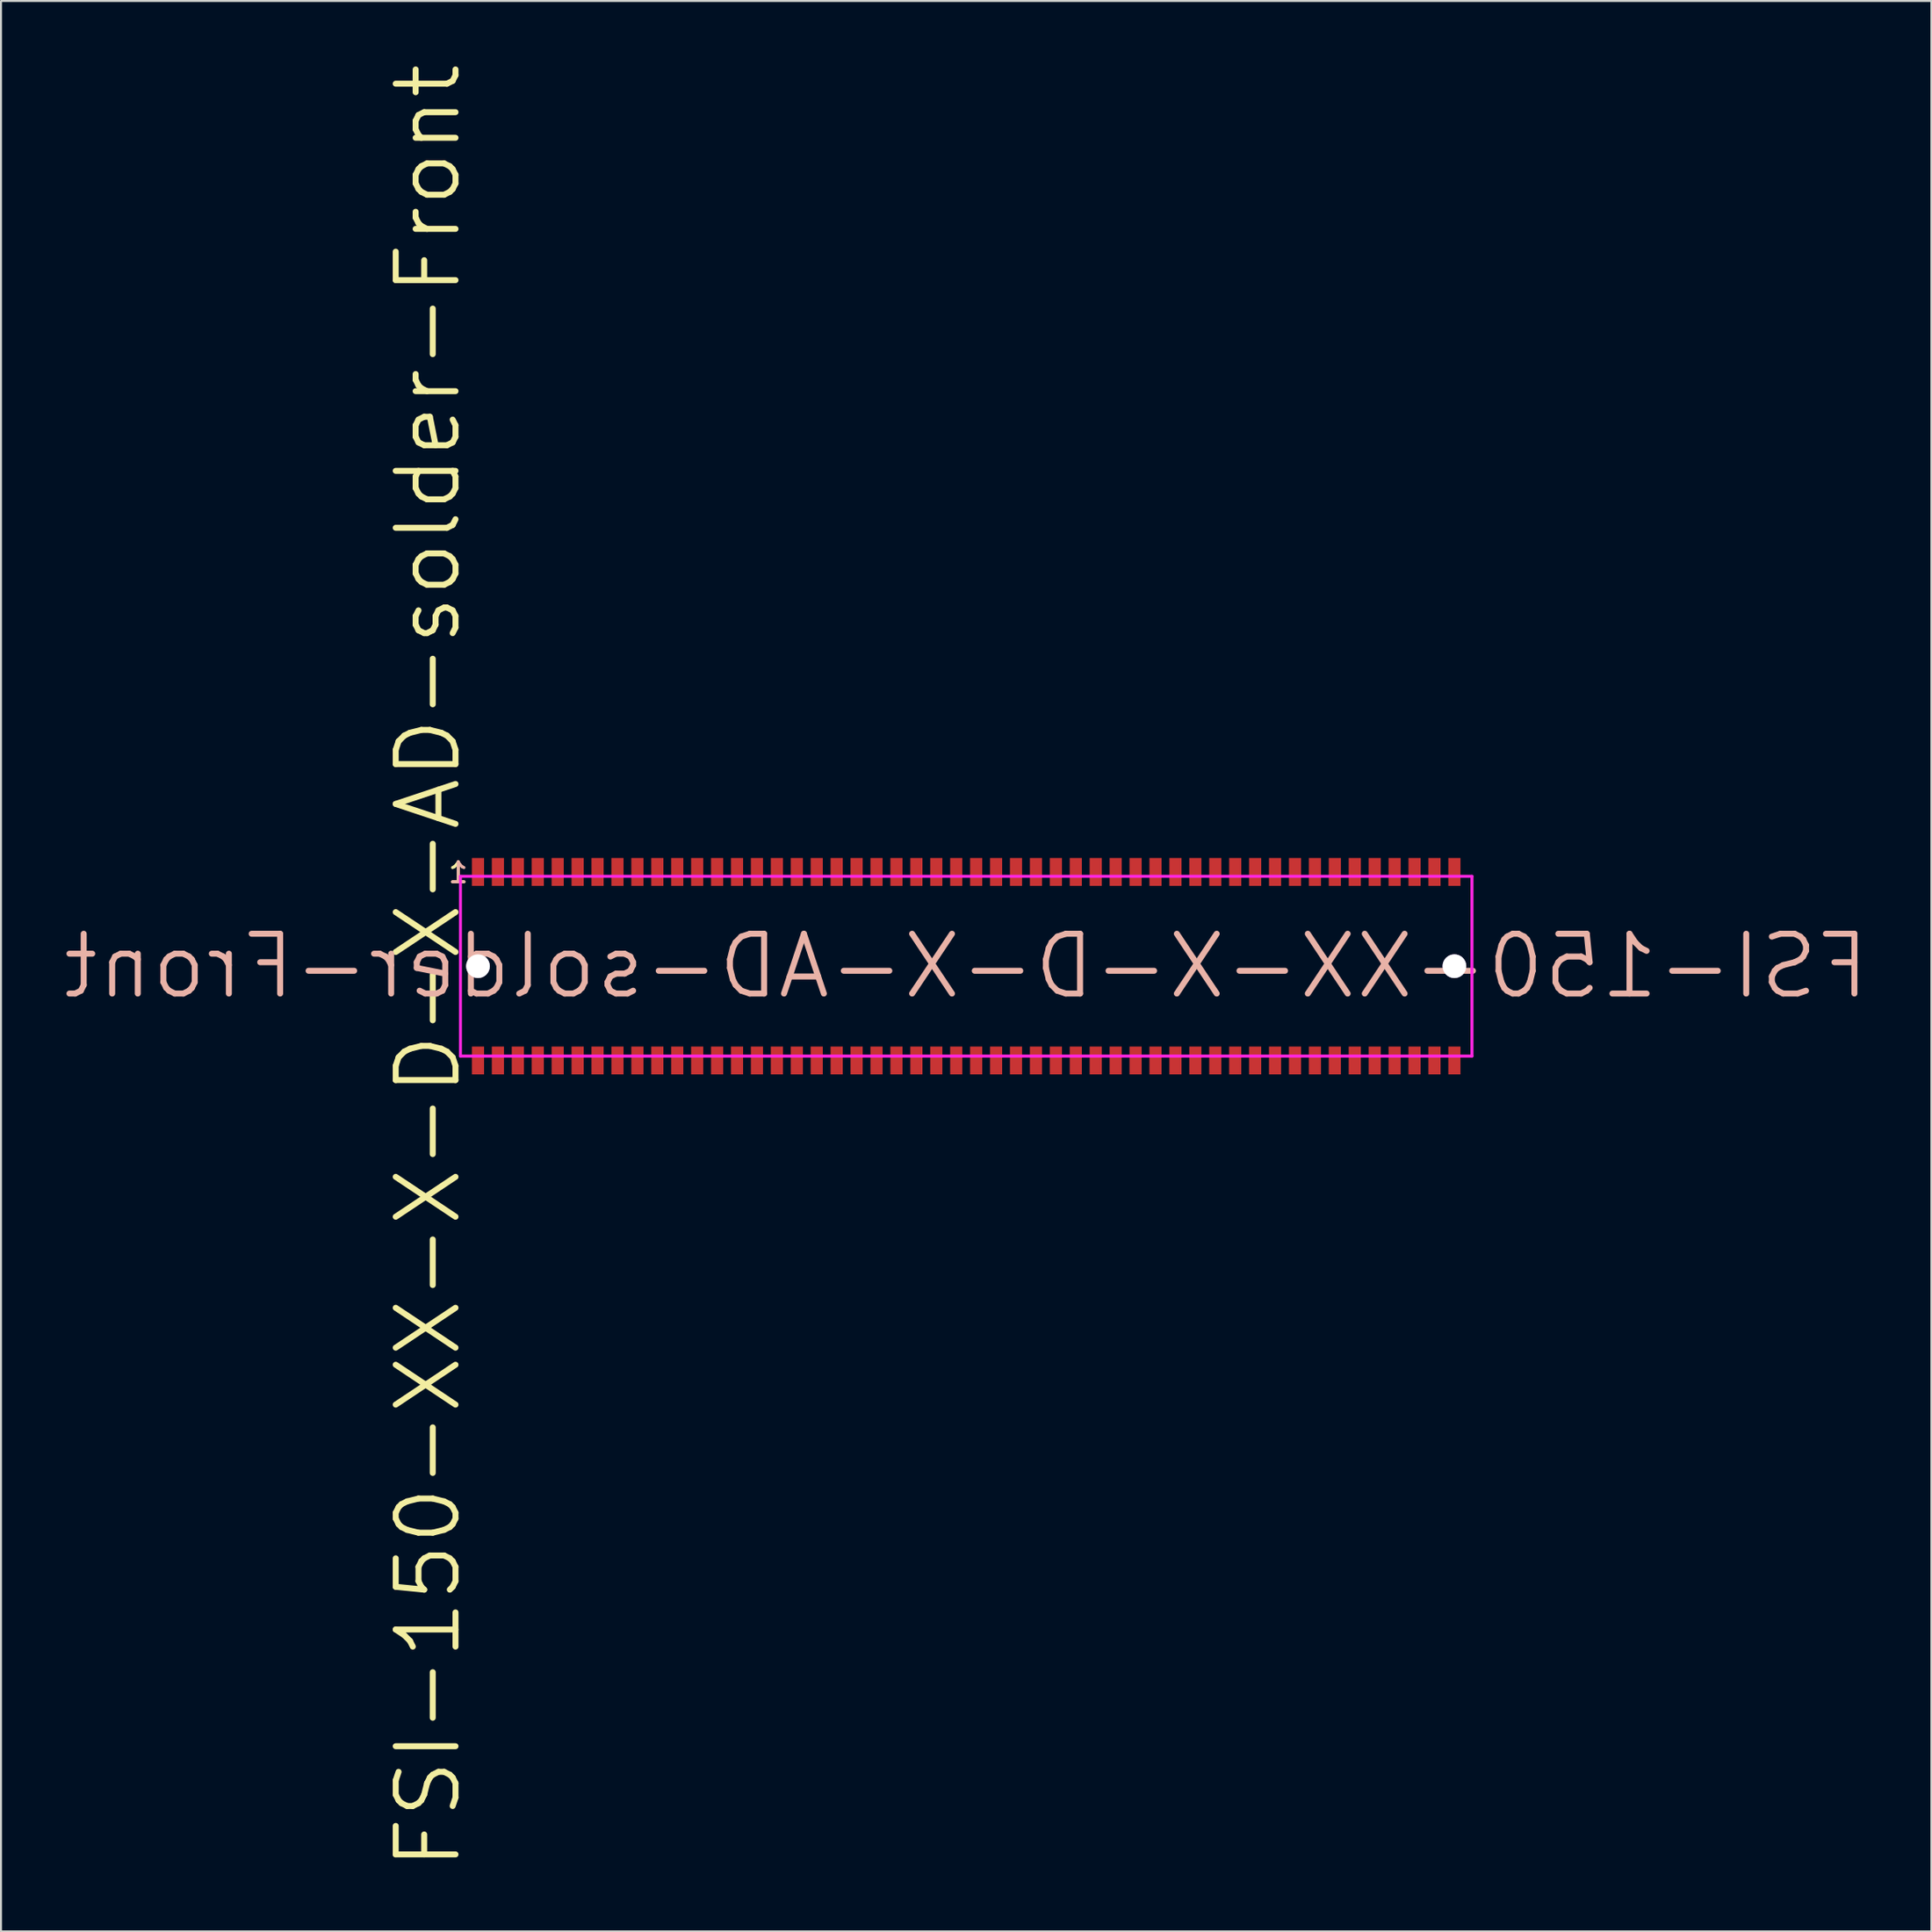
<source format=kicad_pcb>
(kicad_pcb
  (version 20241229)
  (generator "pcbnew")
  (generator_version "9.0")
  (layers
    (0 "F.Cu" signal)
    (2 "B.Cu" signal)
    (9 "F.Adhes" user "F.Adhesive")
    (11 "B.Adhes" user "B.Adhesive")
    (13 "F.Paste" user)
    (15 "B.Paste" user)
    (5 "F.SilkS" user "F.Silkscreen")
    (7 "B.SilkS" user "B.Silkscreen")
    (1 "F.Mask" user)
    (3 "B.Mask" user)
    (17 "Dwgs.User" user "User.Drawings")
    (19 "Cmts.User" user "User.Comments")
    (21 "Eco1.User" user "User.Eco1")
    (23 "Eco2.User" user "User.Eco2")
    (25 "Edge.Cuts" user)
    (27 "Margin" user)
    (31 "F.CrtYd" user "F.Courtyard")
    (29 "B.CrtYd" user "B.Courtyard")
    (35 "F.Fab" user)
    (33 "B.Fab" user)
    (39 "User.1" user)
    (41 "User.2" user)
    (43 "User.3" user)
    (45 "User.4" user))
  (footprint "FSI-150-XX-X-D-X-AD-solder-Front"
    (layer "F.Cu")
    (at 45.436 45.436)
    (property "Reference" "FSI-150-XX-X-D-X-AD-solder-Front" (at -27 0 90) (layer "F.SilkS") (effects (font (size 3 3) (thickness 0.3))))
    (attr smd)
    (fp_line (start -25.38 -4.51) (end 25.38 -4.51) (stroke (width 0.15) (type solid)) (layer "F.CrtYd"))
    (fp_line (start -25.38 4.51) (end -25.38 -4.51) (stroke (width 0.15) (type solid)) (layer "F.CrtYd"))
    (fp_line (start 25.38 -4.51) (end 25.38 4.51) (stroke (width 0.15) (type solid)) (layer "F.CrtYd"))
    (fp_line (start 25.38 4.51) (end -25.38 4.51) (stroke (width 0.15) (type solid)) (layer "F.CrtYd"))
    (fp_text user "1" (at -25.49 -4.69 0) (layer "F.SilkS") (effects (font (size 1 1) (thickness 0.15))))
    (fp_text user "${REFERENCE}" (at 0 0 0) (layer "B.SilkS") (effects (font (size 3 3) (thickness 0.3)) (justify mirror)))
    (fp_text user "1" (at -25.49 -4.69 0) (layer "B.SilkS") (effects (font (size 1 1) (thickness 0.15)) (justify mirror)))
    (pad "" np_thru_hole circle (at -24.5 0) (size 1.191 1.191) (drill 1.19) (layers "*.Cu" "*.Mask"))
    (pad "" np_thru_hole circle (at 24.5 0) (size 1.191 1.191) (drill 1.19) (layers "*.Cu" "*.Mask"))
    (pad "1" smd rect (at -24.5 -4.731) (size 0.61 1.397) (layers "F.Cu" "F.Mask" "F.Paste"))
    (pad "2" smd rect (at -24.5 4.731) (size 0.61 1.397) (layers "F.Cu" "F.Mask" "F.Paste"))
    (pad "3" smd rect (at -23.5 -4.731) (size 0.61 1.397) (layers "F.Cu" "F.Mask" "F.Paste"))
    (pad "4" smd rect (at -23.5 4.731) (size 0.61 1.397) (layers "F.Cu" "F.Mask" "F.Paste"))
    (pad "5" smd rect (at -22.5 -4.731) (size 0.61 1.397) (layers "F.Cu" "F.Mask" "F.Paste"))
    (pad "6" smd rect (at -22.5 4.731) (size 0.61 1.397) (layers "F.Cu" "F.Mask" "F.Paste"))
    (pad "7" smd rect (at -21.5 -4.731) (size 0.61 1.397) (layers "F.Cu" "F.Mask" "F.Paste"))
    (pad "8" smd rect (at -21.5 4.731) (size 0.61 1.397) (layers "F.Cu" "F.Mask" "F.Paste"))
    (pad "9" smd rect (at -20.5 -4.731) (size 0.61 1.397) (layers "F.Cu" "F.Mask" "F.Paste"))
    (pad "10" smd rect (at -20.5 4.731) (size 0.61 1.397) (layers "F.Cu" "F.Mask" "F.Paste"))
    (pad "11" smd rect (at -19.5 -4.731) (size 0.61 1.397) (layers "F.Cu" "F.Mask" "F.Paste"))
    (pad "12" smd rect (at -19.5 4.731) (size 0.61 1.397) (layers "F.Cu" "F.Mask" "F.Paste"))
    (pad "13" smd rect (at -18.5 -4.731) (size 0.61 1.397) (layers "F.Cu" "F.Mask" "F.Paste"))
    (pad "14" smd rect (at -18.5 4.731) (size 0.61 1.397) (layers "F.Cu" "F.Mask" "F.Paste"))
    (pad "15" smd rect (at -17.5 -4.731) (size 0.61 1.397) (layers "F.Cu" "F.Mask" "F.Paste"))
    (pad "16" smd rect (at -17.5 4.731) (size 0.61 1.397) (layers "F.Cu" "F.Mask" "F.Paste"))
    (pad "17" smd rect (at -16.5 -4.731) (size 0.61 1.397) (layers "F.Cu" "F.Mask" "F.Paste"))
    (pad "18" smd rect (at -16.5 4.731) (size 0.61 1.397) (layers "F.Cu" "F.Mask" "F.Paste"))
    (pad "19" smd rect (at -15.5 -4.731) (size 0.61 1.397) (layers "F.Cu" "F.Mask" "F.Paste"))
    (pad "20" smd rect (at -15.5 4.731) (size 0.61 1.397) (layers "F.Cu" "F.Mask" "F.Paste"))
    (pad "21" smd rect (at -14.5 -4.731) (size 0.61 1.397) (layers "F.Cu" "F.Mask" "F.Paste"))
    (pad "22" smd rect (at -14.5 4.731) (size 0.61 1.397) (layers "F.Cu" "F.Mask" "F.Paste"))
    (pad "23" smd rect (at -13.5 -4.731) (size 0.61 1.397) (layers "F.Cu" "F.Mask" "F.Paste"))
    (pad "24" smd rect (at -13.5 4.731) (size 0.61 1.397) (layers "F.Cu" "F.Mask" "F.Paste"))
    (pad "25" smd rect (at -12.5 -4.731) (size 0.61 1.397) (layers "F.Cu" "F.Mask" "F.Paste"))
    (pad "26" smd rect (at -12.5 4.731) (size 0.61 1.397) (layers "F.Cu" "F.Mask" "F.Paste"))
    (pad "27" smd rect (at -11.5 -4.731) (size 0.61 1.397) (layers "F.Cu" "F.Mask" "F.Paste"))
    (pad "28" smd rect (at -11.5 4.731) (size 0.61 1.397) (layers "F.Cu" "F.Mask" "F.Paste"))
    (pad "29" smd rect (at -10.5 -4.731) (size 0.61 1.397) (layers "F.Cu" "F.Mask" "F.Paste"))
    (pad "30" smd rect (at -10.5 4.731) (size 0.61 1.397) (layers "F.Cu" "F.Mask" "F.Paste"))
    (pad "31" smd rect (at -9.5 -4.731) (size 0.61 1.397) (layers "F.Cu" "F.Mask" "F.Paste"))
    (pad "32" smd rect (at -9.5 4.731) (size 0.61 1.397) (layers "F.Cu" "F.Mask" "F.Paste"))
    (pad "33" smd rect (at -8.5 -4.731) (size 0.61 1.397) (layers "F.Cu" "F.Mask" "F.Paste"))
    (pad "34" smd rect (at -8.5 4.731) (size 0.61 1.397) (layers "F.Cu" "F.Mask" "F.Paste"))
    (pad "35" smd rect (at -7.5 -4.731) (size 0.61 1.397) (layers "F.Cu" "F.Mask" "F.Paste"))
    (pad "36" smd rect (at -7.5 4.731) (size 0.61 1.397) (layers "F.Cu" "F.Mask" "F.Paste"))
    (pad "37" smd rect (at -6.5 -4.731) (size 0.61 1.397) (layers "F.Cu" "F.Mask" "F.Paste"))
    (pad "38" smd rect (at -6.5 4.731) (size 0.61 1.397) (layers "F.Cu" "F.Mask" "F.Paste"))
    (pad "39" smd rect (at -5.5 -4.731) (size 0.61 1.397) (layers "F.Cu" "F.Mask" "F.Paste"))
    (pad "40" smd rect (at -5.5 4.731) (size 0.61 1.397) (layers "F.Cu" "F.Mask" "F.Paste"))
    (pad "41" smd rect (at -4.5 -4.731) (size 0.61 1.397) (layers "F.Cu" "F.Mask" "F.Paste"))
    (pad "42" smd rect (at -4.5 4.731) (size 0.61 1.397) (layers "F.Cu" "F.Mask" "F.Paste"))
    (pad "43" smd rect (at -3.5 -4.731) (size 0.61 1.397) (layers "F.Cu" "F.Mask" "F.Paste"))
    (pad "44" smd rect (at -3.5 4.731) (size 0.61 1.397) (layers "F.Cu" "F.Mask" "F.Paste"))
    (pad "45" smd rect (at -2.5 -4.731) (size 0.61 1.397) (layers "F.Cu" "F.Mask" "F.Paste"))
    (pad "46" smd rect (at -2.5 4.731) (size 0.61 1.397) (layers "F.Cu" "F.Mask" "F.Paste"))
    (pad "47" smd rect (at -1.5 -4.731) (size 0.61 1.397) (layers "F.Cu" "F.Mask" "F.Paste"))
    (pad "48" smd rect (at -1.5 4.731) (size 0.61 1.397) (layers "F.Cu" "F.Mask" "F.Paste"))
    (pad "49" smd rect (at -0.5 -4.731) (size 0.61 1.397) (layers "F.Cu" "F.Mask" "F.Paste"))
    (pad "50" smd rect (at -0.5 4.731) (size 0.61 1.397) (layers "F.Cu" "F.Mask" "F.Paste"))
    (pad "51" smd rect (at 0.5 -4.731) (size 0.61 1.397) (layers "F.Cu" "F.Mask" "F.Paste"))
    (pad "52" smd rect (at 0.5 4.731) (size 0.61 1.397) (layers "F.Cu" "F.Mask" "F.Paste"))
    (pad "53" smd rect (at 1.5 -4.731) (size 0.61 1.397) (layers "F.Cu" "F.Mask" "F.Paste"))
    (pad "54" smd rect (at 1.5 4.731) (size 0.61 1.397) (layers "F.Cu" "F.Mask" "F.Paste"))
    (pad "55" smd rect (at 2.5 -4.731) (size 0.61 1.397) (layers "F.Cu" "F.Mask" "F.Paste"))
    (pad "56" smd rect (at 2.5 4.731) (size 0.61 1.397) (layers "F.Cu" "F.Mask" "F.Paste"))
    (pad "57" smd rect (at 3.5 -4.731) (size 0.61 1.397) (layers "F.Cu" "F.Mask" "F.Paste"))
    (pad "58" smd rect (at 3.5 4.731) (size 0.61 1.397) (layers "F.Cu" "F.Mask" "F.Paste"))
    (pad "59" smd rect (at 4.5 -4.731) (size 0.61 1.397) (layers "F.Cu" "F.Mask" "F.Paste"))
    (pad "60" smd rect (at 4.5 4.731) (size 0.61 1.397) (layers "F.Cu" "F.Mask" "F.Paste"))
    (pad "61" smd rect (at 5.5 -4.731) (size 0.61 1.397) (layers "F.Cu" "F.Mask" "F.Paste"))
    (pad "62" smd rect (at 5.5 4.731) (size 0.61 1.397) (layers "F.Cu" "F.Mask" "F.Paste"))
    (pad "63" smd rect (at 6.5 -4.731) (size 0.61 1.397) (layers "F.Cu" "F.Mask" "F.Paste"))
    (pad "64" smd rect (at 6.5 4.731) (size 0.61 1.397) (layers "F.Cu" "F.Mask" "F.Paste"))
    (pad "65" smd rect (at 7.5 -4.731) (size 0.61 1.397) (layers "F.Cu" "F.Mask" "F.Paste"))
    (pad "66" smd rect (at 7.5 4.731) (size 0.61 1.397) (layers "F.Cu" "F.Mask" "F.Paste"))
    (pad "67" smd rect (at 8.5 -4.731) (size 0.61 1.397) (layers "F.Cu" "F.Mask" "F.Paste"))
    (pad "68" smd rect (at 8.5 4.731) (size 0.61 1.397) (layers "F.Cu" "F.Mask" "F.Paste"))
    (pad "69" smd rect (at 9.5 -4.731) (size 0.61 1.397) (layers "F.Cu" "F.Mask" "F.Paste"))
    (pad "70" smd rect (at 9.5 4.731) (size 0.61 1.397) (layers "F.Cu" "F.Mask" "F.Paste"))
    (pad "71" smd rect (at 10.5 -4.731) (size 0.61 1.397) (layers "F.Cu" "F.Mask" "F.Paste"))
    (pad "72" smd rect (at 10.5 4.731) (size 0.61 1.397) (layers "F.Cu" "F.Mask" "F.Paste"))
    (pad "73" smd rect (at 11.5 -4.731) (size 0.61 1.397) (layers "F.Cu" "F.Mask" "F.Paste"))
    (pad "74" smd rect (at 11.5 4.731) (size 0.61 1.397) (layers "F.Cu" "F.Mask" "F.Paste"))
    (pad "75" smd rect (at 12.5 -4.731) (size 0.61 1.397) (layers "F.Cu" "F.Mask" "F.Paste"))
    (pad "76" smd rect (at 12.5 4.731) (size 0.61 1.397) (layers "F.Cu" "F.Mask" "F.Paste"))
    (pad "77" smd rect (at 13.5 -4.731) (size 0.61 1.397) (layers "F.Cu" "F.Mask" "F.Paste"))
    (pad "78" smd rect (at 13.5 4.731) (size 0.61 1.397) (layers "F.Cu" "F.Mask" "F.Paste"))
    (pad "79" smd rect (at 14.5 -4.731) (size 0.61 1.397) (layers "F.Cu" "F.Mask" "F.Paste"))
    (pad "80" smd rect (at 14.5 4.731) (size 0.61 1.397) (layers "F.Cu" "F.Mask" "F.Paste"))
    (pad "81" smd rect (at 15.5 -4.731) (size 0.61 1.397) (layers "F.Cu" "F.Mask" "F.Paste"))
    (pad "82" smd rect (at 15.5 4.731) (size 0.61 1.397) (layers "F.Cu" "F.Mask" "F.Paste"))
    (pad "83" smd rect (at 16.5 -4.731) (size 0.61 1.397) (layers "F.Cu" "F.Mask" "F.Paste"))
    (pad "84" smd rect (at 16.5 4.731) (size 0.61 1.397) (layers "F.Cu" "F.Mask" "F.Paste"))
    (pad "85" smd rect (at 17.5 -4.731) (size 0.61 1.397) (layers "F.Cu" "F.Mask" "F.Paste"))
    (pad "86" smd rect (at 17.5 4.731) (size 0.61 1.397) (layers "F.Cu" "F.Mask" "F.Paste"))
    (pad "87" smd rect (at 18.5 -4.731) (size 0.61 1.397) (layers "F.Cu" "F.Mask" "F.Paste"))
    (pad "88" smd rect (at 18.5 4.731) (size 0.61 1.397) (layers "F.Cu" "F.Mask" "F.Paste"))
    (pad "89" smd rect (at 19.5 -4.731) (size 0.61 1.397) (layers "F.Cu" "F.Mask" "F.Paste"))
    (pad "90" smd rect (at 19.5 4.731) (size 0.61 1.397) (layers "F.Cu" "F.Mask" "F.Paste"))
    (pad "91" smd rect (at 20.5 -4.731) (size 0.61 1.397) (layers "F.Cu" "F.Mask" "F.Paste"))
    (pad "92" smd rect (at 20.5 4.731) (size 0.61 1.397) (layers "F.Cu" "F.Mask" "F.Paste"))
    (pad "93" smd rect (at 21.5 -4.731) (size 0.61 1.397) (layers "F.Cu" "F.Mask" "F.Paste"))
    (pad "94" smd rect (at 21.5 4.731) (size 0.61 1.397) (layers "F.Cu" "F.Mask" "F.Paste"))
    (pad "95" smd rect (at 22.5 -4.731) (size 0.61 1.397) (layers "F.Cu" "F.Mask" "F.Paste"))
    (pad "96" smd rect (at 22.5 4.731) (size 0.61 1.397) (layers "F.Cu" "F.Mask" "F.Paste"))
    (pad "97" smd rect (at 23.5 -4.731) (size 0.61 1.397) (layers "F.Cu" "F.Mask" "F.Paste"))
    (pad "98" smd rect (at 23.5 4.731) (size 0.61 1.397) (layers "F.Cu" "F.Mask" "F.Paste"))
    (pad "99" smd rect (at 24.5 -4.731) (size 0.61 1.397) (layers "F.Cu" "F.Mask" "F.Paste"))
    (pad "100" smd rect (at 24.5 4.731) (size 0.61 1.397) (layers "F.Cu" "F.Mask" "F.Paste")))
  (gr_rect
    (start -3 -3)
    (end 93.871 93.871)
    (stroke (width 0.1) (type default))
    (fill no)
    (layer "Edge.Cuts")))
</source>
